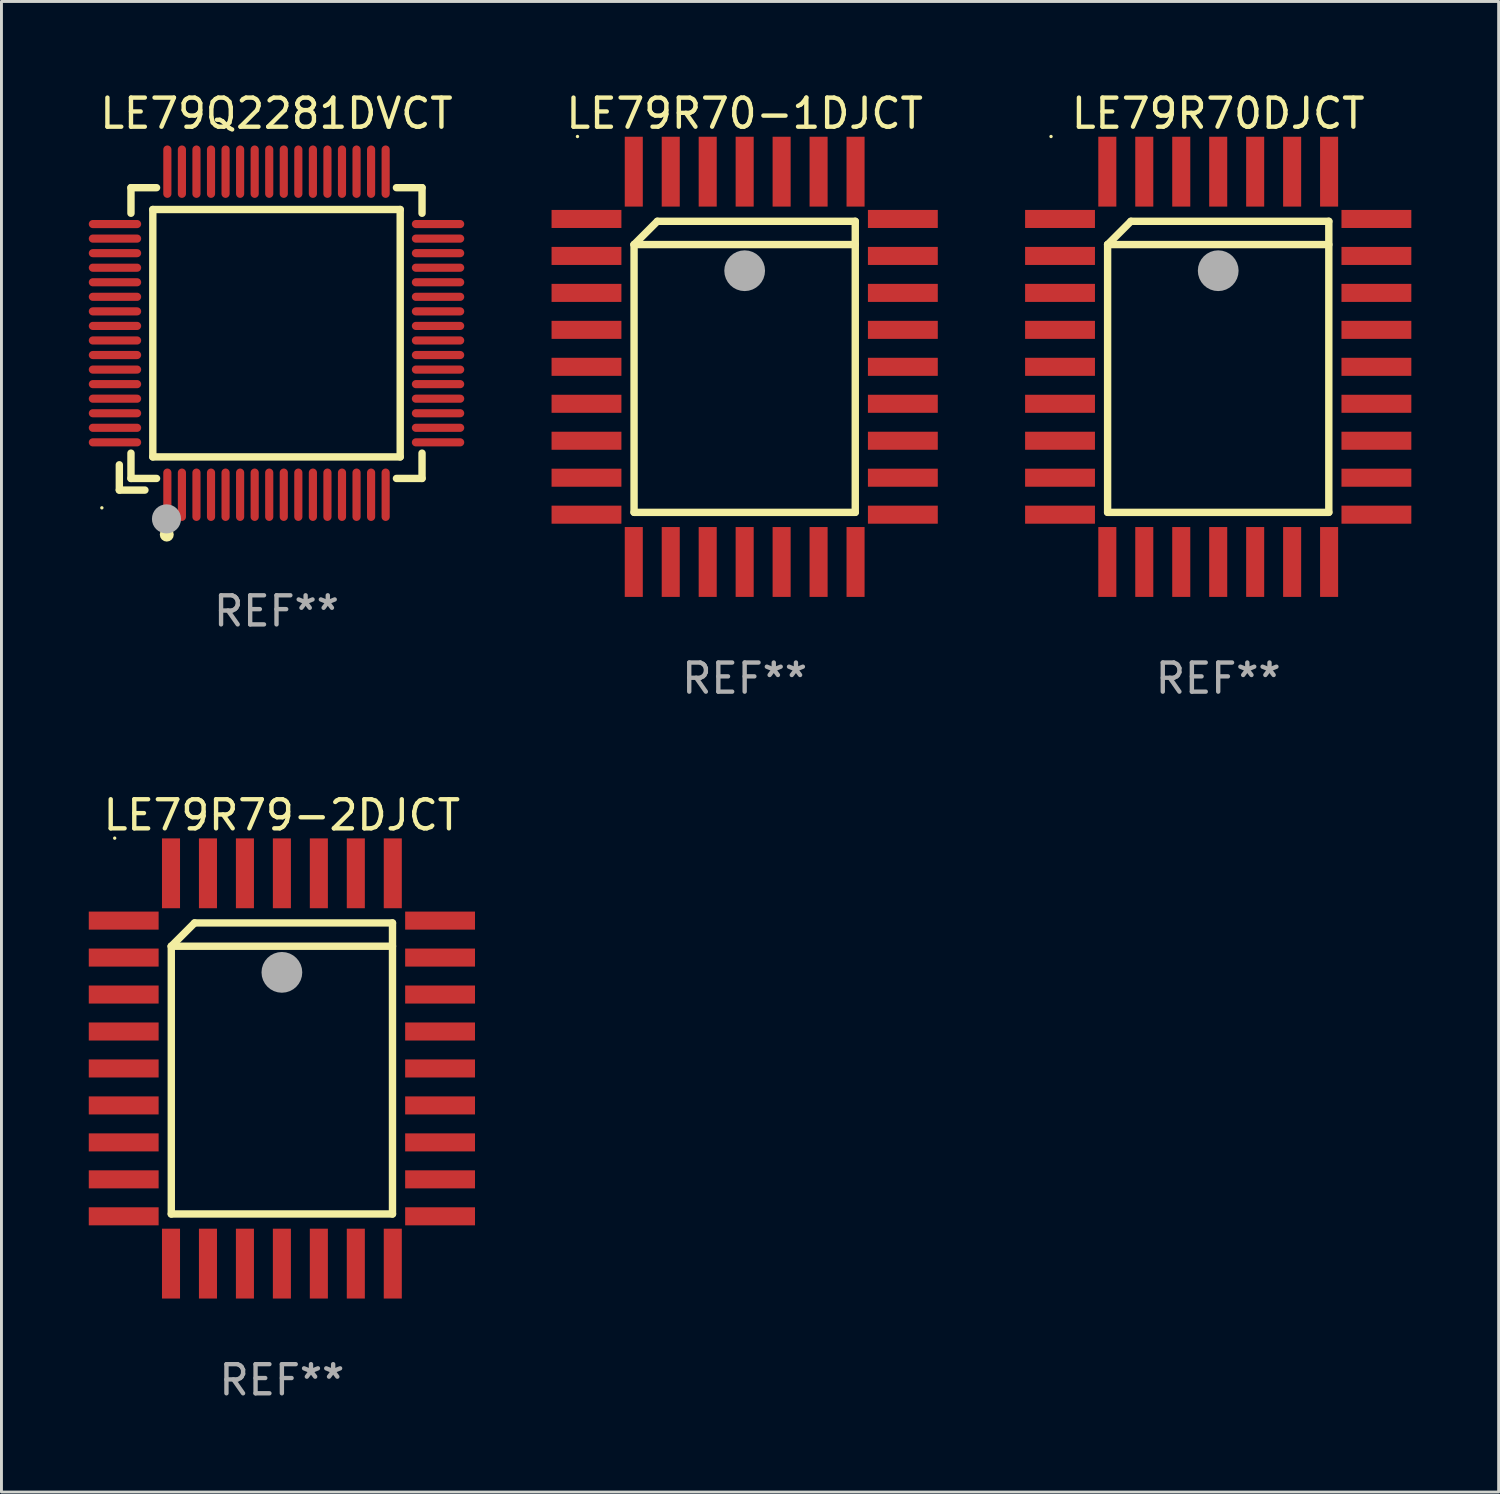
<source format=kicad_pcb>
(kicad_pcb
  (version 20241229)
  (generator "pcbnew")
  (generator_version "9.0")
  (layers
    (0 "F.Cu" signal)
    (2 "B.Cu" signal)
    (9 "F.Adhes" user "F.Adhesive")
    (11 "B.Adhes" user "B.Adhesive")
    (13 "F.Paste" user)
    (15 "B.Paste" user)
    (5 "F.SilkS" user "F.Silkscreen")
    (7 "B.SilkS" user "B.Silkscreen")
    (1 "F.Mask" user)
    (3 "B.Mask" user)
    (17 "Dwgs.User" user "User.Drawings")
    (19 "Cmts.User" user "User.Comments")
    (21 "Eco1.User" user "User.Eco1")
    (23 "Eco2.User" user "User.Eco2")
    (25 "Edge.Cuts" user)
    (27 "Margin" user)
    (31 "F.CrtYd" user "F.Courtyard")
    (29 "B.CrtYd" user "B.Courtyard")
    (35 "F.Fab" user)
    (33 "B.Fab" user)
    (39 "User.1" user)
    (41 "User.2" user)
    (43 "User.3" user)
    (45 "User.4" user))
  (footprint "LE79Q2281DVCT"
    (layer "F.Cu")
    (at 6.45 8.398)
    (property "Reference" "LE79Q2281DVCT" (at 0 -7.55 0) (layer "F.SilkS") (effects (font (size 1 1) (thickness 0.15))))
    (attr through_hole)
    (fp_line (start -5.4 4.521) (end -5.4 5.39) (stroke (width 0.254) (type solid)) (layer "F.SilkS"))
    (fp_line (start -5.4 5.39) (end -4.521 5.39) (stroke (width 0.254) (type solid)) (layer "F.SilkS"))
    (fp_line (start -5 -5) (end -5 -4.121) (stroke (width 0.254) (type solid)) (layer "F.SilkS"))
    (fp_line (start -5 4.121) (end -5 4.99) (stroke (width 0.254) (type solid)) (layer "F.SilkS"))
    (fp_line (start -5 4.99) (end -4.121 4.99) (stroke (width 0.254) (type solid)) (layer "F.SilkS"))
    (fp_line (start -4.25 -4.25) (end -4.25 4.25) (stroke (width 0.254) (type solid)) (layer "F.SilkS"))
    (fp_line (start -4.25 4.25) (end 4.25 4.25) (stroke (width 0.254) (type solid)) (layer "F.SilkS"))
    (fp_line (start -4.121 -5) (end -5 -5) (stroke (width 0.254) (type solid)) (layer "F.SilkS"))
    (fp_line (start 4.121 4.99) (end 5 4.99) (stroke (width 0.254) (type solid)) (layer "F.SilkS"))
    (fp_line (start 4.25 -4.25) (end -4.25 -4.25) (stroke (width 0.254) (type solid)) (layer "F.SilkS"))
    (fp_line (start 4.25 4.25) (end 4.25 -4.25) (stroke (width 0.254) (type solid)) (layer "F.SilkS"))
    (fp_line (start 5 -5) (end 4.121 -5) (stroke (width 0.254) (type solid)) (layer "F.SilkS"))
    (fp_line (start 5 -4.121) (end 5 -5) (stroke (width 0.254) (type solid)) (layer "F.SilkS"))
    (fp_line (start 5 4.99) (end 5 4.121) (stroke (width 0.254) (type solid)) (layer "F.SilkS"))
    (fp_circle (center -6 6) (end -5.97 6) (stroke (width 0.06) (type solid)) (fill no) (layer "F.SilkS"))
    (fp_circle (center -3.77 6.92) (end -3.65 6.92) (stroke (width 0.24) (type solid)) (fill no) (layer "F.SilkS"))
    (fp_circle (center -3.78 6.38) (end -3.53 6.38) (stroke (width 0.5) (type solid)) (fill no) (layer "F.Fab"))
    (fp_text user "REF**" (at 0 9.55 0) (layer "F.Fab") (effects (font (size 1 1) (thickness 0.15))))
    (pad "1" smd oval (at -3.75 5.55) (size 0.28 1.8) (layers "F.Cu" "F.Mask" "F.Paste"))
    (pad "2" smd oval (at -3.25 5.55) (size 0.28 1.8) (layers "F.Cu" "F.Mask" "F.Paste"))
    (pad "3" smd oval (at -2.75 5.55) (size 0.28 1.8) (layers "F.Cu" "F.Mask" "F.Paste"))
    (pad "4" smd oval (at -2.25 5.55) (size 0.28 1.8) (layers "F.Cu" "F.Mask" "F.Paste"))
    (pad "5" smd oval (at -1.75 5.55) (size 0.28 1.8) (layers "F.Cu" "F.Mask" "F.Paste"))
    (pad "6" smd oval (at -1.25 5.55) (size 0.28 1.8) (layers "F.Cu" "F.Mask" "F.Paste"))
    (pad "7" smd oval (at -0.75 5.55) (size 0.28 1.8) (layers "F.Cu" "F.Mask" "F.Paste"))
    (pad "8" smd oval (at -0.25 5.55) (size 0.28 1.8) (layers "F.Cu" "F.Mask" "F.Paste"))
    (pad "9" smd oval (at 0.25 5.55) (size 0.28 1.8) (layers "F.Cu" "F.Mask" "F.Paste"))
    (pad "10" smd oval (at 0.75 5.55) (size 0.28 1.8) (layers "F.Cu" "F.Mask" "F.Paste"))
    (pad "11" smd oval (at 1.25 5.55) (size 0.28 1.8) (layers "F.Cu" "F.Mask" "F.Paste"))
    (pad "12" smd oval (at 1.75 5.55) (size 0.28 1.8) (layers "F.Cu" "F.Mask" "F.Paste"))
    (pad "13" smd oval (at 2.25 5.55) (size 0.28 1.8) (layers "F.Cu" "F.Mask" "F.Paste"))
    (pad "14" smd oval (at 2.75 5.55) (size 0.28 1.8) (layers "F.Cu" "F.Mask" "F.Paste"))
    (pad "15" smd oval (at 3.25 5.55) (size 0.28 1.8) (layers "F.Cu" "F.Mask" "F.Paste"))
    (pad "16" smd oval (at 3.75 5.55) (size 0.28 1.8) (layers "F.Cu" "F.Mask" "F.Paste"))
    (pad "17" smd oval (at 5.55 3.75) (size 1.8 0.28) (layers "F.Cu" "F.Mask" "F.Paste"))
    (pad "18" smd oval (at 5.55 3.25) (size 1.8 0.28) (layers "F.Cu" "F.Mask" "F.Paste"))
    (pad "19" smd oval (at 5.55 2.75) (size 1.8 0.28) (layers "F.Cu" "F.Mask" "F.Paste"))
    (pad "20" smd oval (at 5.55 2.25) (size 1.8 0.28) (layers "F.Cu" "F.Mask" "F.Paste"))
    (pad "21" smd oval (at 5.55 1.75) (size 1.8 0.28) (layers "F.Cu" "F.Mask" "F.Paste"))
    (pad "22" smd oval (at 5.55 1.25) (size 1.8 0.28) (layers "F.Cu" "F.Mask" "F.Paste"))
    (pad "23" smd oval (at 5.55 0.75) (size 1.8 0.28) (layers "F.Cu" "F.Mask" "F.Paste"))
    (pad "24" smd oval (at 5.55 0.25) (size 1.8 0.28) (layers "F.Cu" "F.Mask" "F.Paste"))
    (pad "25" smd oval (at 5.55 -0.25) (size 1.8 0.28) (layers "F.Cu" "F.Mask" "F.Paste"))
    (pad "26" smd oval (at 5.55 -0.75) (size 1.8 0.28) (layers "F.Cu" "F.Mask" "F.Paste"))
    (pad "27" smd oval (at 5.55 -1.25) (size 1.8 0.28) (layers "F.Cu" "F.Mask" "F.Paste"))
    (pad "28" smd oval (at 5.55 -1.75) (size 1.8 0.28) (layers "F.Cu" "F.Mask" "F.Paste"))
    (pad "29" smd oval (at 5.55 -2.25) (size 1.8 0.28) (layers "F.Cu" "F.Mask" "F.Paste"))
    (pad "30" smd oval (at 5.55 -2.75) (size 1.8 0.28) (layers "F.Cu" "F.Mask" "F.Paste"))
    (pad "31" smd oval (at 5.55 -3.25) (size 1.8 0.28) (layers "F.Cu" "F.Mask" "F.Paste"))
    (pad "32" smd oval (at 5.55 -3.75) (size 1.8 0.28) (layers "F.Cu" "F.Mask" "F.Paste"))
    (pad "33" smd oval (at 3.75 -5.55) (size 0.28 1.8) (layers "F.Cu" "F.Mask" "F.Paste"))
    (pad "34" smd oval (at 3.25 -5.55) (size 0.28 1.8) (layers "F.Cu" "F.Mask" "F.Paste"))
    (pad "35" smd oval (at 2.75 -5.55) (size 0.28 1.8) (layers "F.Cu" "F.Mask" "F.Paste"))
    (pad "36" smd oval (at 2.25 -5.55) (size 0.28 1.8) (layers "F.Cu" "F.Mask" "F.Paste"))
    (pad "37" smd oval (at 1.75 -5.55) (size 0.28 1.8) (layers "F.Cu" "F.Mask" "F.Paste"))
    (pad "38" smd oval (at 1.25 -5.55) (size 0.28 1.8) (layers "F.Cu" "F.Mask" "F.Paste"))
    (pad "39" smd oval (at 0.75 -5.55) (size 0.28 1.8) (layers "F.Cu" "F.Mask" "F.Paste"))
    (pad "40" smd oval (at 0.25 -5.55) (size 0.28 1.8) (layers "F.Cu" "F.Mask" "F.Paste"))
    (pad "41" smd oval (at -0.25 -5.55) (size 0.28 1.8) (layers "F.Cu" "F.Mask" "F.Paste"))
    (pad "42" smd oval (at -0.75 -5.55) (size 0.28 1.8) (layers "F.Cu" "F.Mask" "F.Paste"))
    (pad "43" smd oval (at -1.25 -5.55) (size 0.28 1.8) (layers "F.Cu" "F.Mask" "F.Paste"))
    (pad "44" smd oval (at -1.75 -5.55) (size 0.28 1.8) (layers "F.Cu" "F.Mask" "F.Paste"))
    (pad "45" smd oval (at -2.25 -5.55) (size 0.28 1.8) (layers "F.Cu" "F.Mask" "F.Paste"))
    (pad "46" smd oval (at -2.75 -5.55) (size 0.28 1.8) (layers "F.Cu" "F.Mask" "F.Paste"))
    (pad "47" smd oval (at -3.25 -5.55) (size 0.28 1.8) (layers "F.Cu" "F.Mask" "F.Paste"))
    (pad "48" smd oval (at -3.75 -5.55) (size 0.28 1.8) (layers "F.Cu" "F.Mask" "F.Paste"))
    (pad "49" smd oval (at -5.55 -3.75) (size 1.8 0.28) (layers "F.Cu" "F.Mask" "F.Paste"))
    (pad "50" smd oval (at -5.55 -3.25) (size 1.8 0.28) (layers "F.Cu" "F.Mask" "F.Paste"))
    (pad "51" smd oval (at -5.55 -2.75) (size 1.8 0.28) (layers "F.Cu" "F.Mask" "F.Paste"))
    (pad "52" smd oval (at -5.55 -2.25) (size 1.8 0.28) (layers "F.Cu" "F.Mask" "F.Paste"))
    (pad "53" smd oval (at -5.55 -1.75) (size 1.8 0.28) (layers "F.Cu" "F.Mask" "F.Paste"))
    (pad "54" smd oval (at -5.55 -1.25) (size 1.8 0.28) (layers "F.Cu" "F.Mask" "F.Paste"))
    (pad "55" smd oval (at -5.55 -0.75) (size 1.8 0.28) (layers "F.Cu" "F.Mask" "F.Paste"))
    (pad "56" smd oval (at -5.55 -0.25) (size 1.8 0.28) (layers "F.Cu" "F.Mask" "F.Paste"))
    (pad "57" smd oval (at -5.55 0.25) (size 1.8 0.28) (layers "F.Cu" "F.Mask" "F.Paste"))
    (pad "58" smd oval (at -5.55 0.75) (size 1.8 0.28) (layers "F.Cu" "F.Mask" "F.Paste"))
    (pad "59" smd oval (at -5.55 1.25) (size 1.8 0.28) (layers "F.Cu" "F.Mask" "F.Paste"))
    (pad "60" smd oval (at -5.55 1.75) (size 1.8 0.28) (layers "F.Cu" "F.Mask" "F.Paste"))
    (pad "61" smd oval (at -5.55 2.25) (size 1.8 0.28) (layers "F.Cu" "F.Mask" "F.Paste"))
    (pad "62" smd oval (at -5.55 2.75) (size 1.8 0.28) (layers "F.Cu" "F.Mask" "F.Paste"))
    (pad "63" smd oval (at -5.55 3.25) (size 1.8 0.28) (layers "F.Cu" "F.Mask" "F.Paste"))
    (pad "64" smd oval (at -5.55 3.75) (size 1.8 0.28) (layers "F.Cu" "F.Mask" "F.Paste")))
  (footprint "LE79R70-1DJCT"
    (layer "F.Cu")
    (at 22.535 9.553)
    (property "Reference" "LE79R70-1DJCT" (at 0 -8.705 0) (layer "F.SilkS") (effects (font (size 1 1) (thickness 0.15))))
    (attr through_hole)
    (fp_line (start -3.8 -4.2) (end -3 -5) (stroke (width 0.254) (type solid)) (layer "F.SilkS"))
    (fp_line (start -3.8 -4.2) (end 3.8 -4.2) (stroke (width 0.254) (type solid)) (layer "F.SilkS"))
    (fp_line (start -3.8 5) (end -3.8 -4.2) (stroke (width 0.254) (type solid)) (layer "F.SilkS"))
    (fp_line (start -3 -5) (end 3.8 -5) (stroke (width 0.254) (type solid)) (layer "F.SilkS"))
    (fp_line (start 3.8 -5) (end 3.8 5) (stroke (width 0.254) (type solid)) (layer "F.SilkS"))
    (fp_line (start 3.8 5) (end -3.8 5) (stroke (width 0.254) (type solid)) (layer "F.SilkS"))
    (fp_arc (start 0.299721 -3.294387) (mid 0.29971 -3.296927) (end 0.299721 -3.299467) (stroke (width 0.6) (type solid)) (layer "F.SilkS"))
    (fp_circle (center -5.744 -7.913) (end -5.714 -7.913) (stroke (width 0.06) (type solid)) (fill no) (layer "F.SilkS"))
    (fp_circle (center 0 -3.302) (end 0.35 -3.302) (stroke (width 0.7) (type solid)) (fill no) (layer "F.Fab"))
    (fp_text user "REF**" (at 0 10.705 0) (layer "F.Fab") (effects (font (size 1 1) (thickness 0.15))))
    (pad "1" smd rect (at 0 -6.705 180) (size 0.62 2.4) (layers "F.Cu" "F.Mask" "F.Paste"))
    (pad "2" smd rect (at -1.27 -6.705 180) (size 0.62 2.4) (layers "F.Cu" "F.Mask" "F.Paste"))
    (pad "3" smd rect (at -2.54 -6.705 180) (size 0.62 2.4) (layers "F.Cu" "F.Mask" "F.Paste"))
    (pad "4" smd rect (at -3.81 -6.705 180) (size 0.62 2.4) (layers "F.Cu" "F.Mask" "F.Paste"))
    (pad "5" smd rect (at -5.435 -5.08 270) (size 0.62 2.4) (layers "F.Cu" "F.Mask" "F.Paste"))
    (pad "6" smd rect (at -5.435 -3.81 270) (size 0.62 2.4) (layers "F.Cu" "F.Mask" "F.Paste"))
    (pad "7" smd rect (at -5.435 -2.54 270) (size 0.62 2.4) (layers "F.Cu" "F.Mask" "F.Paste"))
    (pad "8" smd rect (at -5.435 -1.27 270) (size 0.62 2.4) (layers "F.Cu" "F.Mask" "F.Paste"))
    (pad "9" smd rect (at -5.435 0 270) (size 0.62 2.4) (layers "F.Cu" "F.Mask" "F.Paste"))
    (pad "10" smd rect (at -5.435 1.27 270) (size 0.62 2.4) (layers "F.Cu" "F.Mask" "F.Paste"))
    (pad "11" smd rect (at -5.435 2.54 270) (size 0.62 2.4) (layers "F.Cu" "F.Mask" "F.Paste"))
    (pad "12" smd rect (at -5.435 3.81 270) (size 0.62 2.4) (layers "F.Cu" "F.Mask" "F.Paste"))
    (pad "13" smd rect (at -5.435 5.08 270) (size 0.62 2.4) (layers "F.Cu" "F.Mask" "F.Paste"))
    (pad "14" smd rect (at -3.81 6.705) (size 0.62 2.4) (layers "F.Cu" "F.Mask" "F.Paste"))
    (pad "15" smd rect (at -2.54 6.705) (size 0.62 2.4) (layers "F.Cu" "F.Mask" "F.Paste"))
    (pad "16" smd rect (at -1.27 6.705) (size 0.62 2.4) (layers "F.Cu" "F.Mask" "F.Paste"))
    (pad "17" smd rect (at 0 6.705) (size 0.62 2.4) (layers "F.Cu" "F.Mask" "F.Paste"))
    (pad "18" smd rect (at 1.27 6.705) (size 0.62 2.4) (layers "F.Cu" "F.Mask" "F.Paste"))
    (pad "19" smd rect (at 2.54 6.705) (size 0.62 2.4) (layers "F.Cu" "F.Mask" "F.Paste"))
    (pad "20" smd rect (at 3.81 6.705) (size 0.62 2.4) (layers "F.Cu" "F.Mask" "F.Paste"))
    (pad "21" smd rect (at 5.435 5.08 90) (size 0.62 2.4) (layers "F.Cu" "F.Mask" "F.Paste"))
    (pad "22" smd rect (at 5.435 3.81 90) (size 0.62 2.4) (layers "F.Cu" "F.Mask" "F.Paste"))
    (pad "23" smd rect (at 5.435 2.54 90) (size 0.62 2.4) (layers "F.Cu" "F.Mask" "F.Paste"))
    (pad "24" smd rect (at 5.435 1.27 90) (size 0.62 2.4) (layers "F.Cu" "F.Mask" "F.Paste"))
    (pad "25" smd rect (at 5.435 0 90) (size 0.62 2.4) (layers "F.Cu" "F.Mask" "F.Paste"))
    (pad "26" smd rect (at 5.435 -1.27 90) (size 0.62 2.4) (layers "F.Cu" "F.Mask" "F.Paste"))
    (pad "27" smd rect (at 5.435 -2.54 90) (size 0.62 2.4) (layers "F.Cu" "F.Mask" "F.Paste"))
    (pad "28" smd rect (at 5.435 -3.81 90) (size 0.62 2.4) (layers "F.Cu" "F.Mask" "F.Paste"))
    (pad "29" smd rect (at 5.435 -5.08 90) (size 0.62 2.4) (layers "F.Cu" "F.Mask" "F.Paste"))
    (pad "30" smd rect (at 3.81 -6.705) (size 0.62 2.4) (layers "F.Cu" "F.Mask" "F.Paste"))
    (pad "31" smd rect (at 2.54 -6.705) (size 0.62 2.4) (layers "F.Cu" "F.Mask" "F.Paste"))
    (pad "32" smd rect (at 1.27 -6.705) (size 0.62 2.4) (layers "F.Cu" "F.Mask" "F.Paste")))
  (footprint "LE79R79-2DJCT"
    (layer "F.Cu")
    (at 6.635 33.66)
    (property "Reference" "LE79R79-2DJCT" (at 0 -8.705 0) (layer "F.SilkS") (effects (font (size 1 1) (thickness 0.15))))
    (attr through_hole)
    (fp_line (start -3.8 -4.2) (end -3 -5) (stroke (width 0.254) (type solid)) (layer "F.SilkS"))
    (fp_line (start -3.8 -4.2) (end 3.8 -4.2) (stroke (width 0.254) (type solid)) (layer "F.SilkS"))
    (fp_line (start -3.8 5) (end -3.8 -4.2) (stroke (width 0.254) (type solid)) (layer "F.SilkS"))
    (fp_line (start -3 -5) (end 3.8 -5) (stroke (width 0.254) (type solid)) (layer "F.SilkS"))
    (fp_line (start 3.8 -5) (end 3.8 5) (stroke (width 0.254) (type solid)) (layer "F.SilkS"))
    (fp_line (start 3.8 5) (end -3.8 5) (stroke (width 0.254) (type solid)) (layer "F.SilkS"))
    (fp_arc (start 0.299721 -3.294387) (mid 0.29971 -3.296927) (end 0.299721 -3.299467) (stroke (width 0.6) (type solid)) (layer "F.SilkS"))
    (fp_circle (center -5.744 -7.913) (end -5.714 -7.913) (stroke (width 0.06) (type solid)) (fill no) (layer "F.SilkS"))
    (fp_circle (center 0 -3.302) (end 0.35 -3.302) (stroke (width 0.7) (type solid)) (fill no) (layer "F.Fab"))
    (fp_text user "REF**" (at 0 10.705 0) (layer "F.Fab") (effects (font (size 1 1) (thickness 0.15))))
    (pad "1" smd rect (at 0 -6.705 180) (size 0.62 2.4) (layers "F.Cu" "F.Mask" "F.Paste"))
    (pad "2" smd rect (at -1.27 -6.705 180) (size 0.62 2.4) (layers "F.Cu" "F.Mask" "F.Paste"))
    (pad "3" smd rect (at -2.54 -6.705 180) (size 0.62 2.4) (layers "F.Cu" "F.Mask" "F.Paste"))
    (pad "4" smd rect (at -3.81 -6.705 180) (size 0.62 2.4) (layers "F.Cu" "F.Mask" "F.Paste"))
    (pad "5" smd rect (at -5.435 -5.08 270) (size 0.62 2.4) (layers "F.Cu" "F.Mask" "F.Paste"))
    (pad "6" smd rect (at -5.435 -3.81 270) (size 0.62 2.4) (layers "F.Cu" "F.Mask" "F.Paste"))
    (pad "7" smd rect (at -5.435 -2.54 270) (size 0.62 2.4) (layers "F.Cu" "F.Mask" "F.Paste"))
    (pad "8" smd rect (at -5.435 -1.27 270) (size 0.62 2.4) (layers "F.Cu" "F.Mask" "F.Paste"))
    (pad "9" smd rect (at -5.435 0 270) (size 0.62 2.4) (layers "F.Cu" "F.Mask" "F.Paste"))
    (pad "10" smd rect (at -5.435 1.27 270) (size 0.62 2.4) (layers "F.Cu" "F.Mask" "F.Paste"))
    (pad "11" smd rect (at -5.435 2.54 270) (size 0.62 2.4) (layers "F.Cu" "F.Mask" "F.Paste"))
    (pad "12" smd rect (at -5.435 3.81 270) (size 0.62 2.4) (layers "F.Cu" "F.Mask" "F.Paste"))
    (pad "13" smd rect (at -5.435 5.08 270) (size 0.62 2.4) (layers "F.Cu" "F.Mask" "F.Paste"))
    (pad "14" smd rect (at -3.81 6.705) (size 0.62 2.4) (layers "F.Cu" "F.Mask" "F.Paste"))
    (pad "15" smd rect (at -2.54 6.705) (size 0.62 2.4) (layers "F.Cu" "F.Mask" "F.Paste"))
    (pad "16" smd rect (at -1.27 6.705) (size 0.62 2.4) (layers "F.Cu" "F.Mask" "F.Paste"))
    (pad "17" smd rect (at 0 6.705) (size 0.62 2.4) (layers "F.Cu" "F.Mask" "F.Paste"))
    (pad "18" smd rect (at 1.27 6.705) (size 0.62 2.4) (layers "F.Cu" "F.Mask" "F.Paste"))
    (pad "19" smd rect (at 2.54 6.705) (size 0.62 2.4) (layers "F.Cu" "F.Mask" "F.Paste"))
    (pad "20" smd rect (at 3.81 6.705) (size 0.62 2.4) (layers "F.Cu" "F.Mask" "F.Paste"))
    (pad "21" smd rect (at 5.435 5.08 90) (size 0.62 2.4) (layers "F.Cu" "F.Mask" "F.Paste"))
    (pad "22" smd rect (at 5.435 3.81 90) (size 0.62 2.4) (layers "F.Cu" "F.Mask" "F.Paste"))
    (pad "23" smd rect (at 5.435 2.54 90) (size 0.62 2.4) (layers "F.Cu" "F.Mask" "F.Paste"))
    (pad "24" smd rect (at 5.435 1.27 90) (size 0.62 2.4) (layers "F.Cu" "F.Mask" "F.Paste"))
    (pad "25" smd rect (at 5.435 0 90) (size 0.62 2.4) (layers "F.Cu" "F.Mask" "F.Paste"))
    (pad "26" smd rect (at 5.435 -1.27 90) (size 0.62 2.4) (layers "F.Cu" "F.Mask" "F.Paste"))
    (pad "27" smd rect (at 5.435 -2.54 90) (size 0.62 2.4) (layers "F.Cu" "F.Mask" "F.Paste"))
    (pad "28" smd rect (at 5.435 -3.81 90) (size 0.62 2.4) (layers "F.Cu" "F.Mask" "F.Paste"))
    (pad "29" smd rect (at 5.435 -5.08 90) (size 0.62 2.4) (layers "F.Cu" "F.Mask" "F.Paste"))
    (pad "30" smd rect (at 3.81 -6.705) (size 0.62 2.4) (layers "F.Cu" "F.Mask" "F.Paste"))
    (pad "31" smd rect (at 2.54 -6.705) (size 0.62 2.4) (layers "F.Cu" "F.Mask" "F.Paste"))
    (pad "32" smd rect (at 1.27 -6.705) (size 0.62 2.4) (layers "F.Cu" "F.Mask" "F.Paste")))
  (footprint "LE79R70DJCT"
    (layer "F.Cu")
    (at 38.805 9.553)
    (property "Reference" "LE79R70DJCT" (at 0 -8.705 0) (layer "F.SilkS") (effects (font (size 1 1) (thickness 0.15))))
    (attr through_hole)
    (fp_line (start -3.8 -4.2) (end -3 -5) (stroke (width 0.254) (type solid)) (layer "F.SilkS"))
    (fp_line (start -3.8 -4.2) (end 3.8 -4.2) (stroke (width 0.254) (type solid)) (layer "F.SilkS"))
    (fp_line (start -3.8 5) (end -3.8 -4.2) (stroke (width 0.254) (type solid)) (layer "F.SilkS"))
    (fp_line (start -3 -5) (end 3.8 -5) (stroke (width 0.254) (type solid)) (layer "F.SilkS"))
    (fp_line (start 3.8 -5) (end 3.8 5) (stroke (width 0.254) (type solid)) (layer "F.SilkS"))
    (fp_line (start 3.8 5) (end -3.8 5) (stroke (width 0.254) (type solid)) (layer "F.SilkS"))
    (fp_arc (start 0.299721 -3.294387) (mid 0.29971 -3.296927) (end 0.299721 -3.299467) (stroke (width 0.6) (type solid)) (layer "F.SilkS"))
    (fp_circle (center -5.744 -7.913) (end -5.714 -7.913) (stroke (width 0.06) (type solid)) (fill no) (layer "F.SilkS"))
    (fp_circle (center 0 -3.302) (end 0.35 -3.302) (stroke (width 0.7) (type solid)) (fill no) (layer "F.Fab"))
    (fp_text user "REF**" (at 0 10.705 0) (layer "F.Fab") (effects (font (size 1 1) (thickness 0.15))))
    (pad "1" smd rect (at 0 -6.705 180) (size 0.62 2.4) (layers "F.Cu" "F.Mask" "F.Paste"))
    (pad "2" smd rect (at -1.27 -6.705 180) (size 0.62 2.4) (layers "F.Cu" "F.Mask" "F.Paste"))
    (pad "3" smd rect (at -2.54 -6.705 180) (size 0.62 2.4) (layers "F.Cu" "F.Mask" "F.Paste"))
    (pad "4" smd rect (at -3.81 -6.705 180) (size 0.62 2.4) (layers "F.Cu" "F.Mask" "F.Paste"))
    (pad "5" smd rect (at -5.435 -5.08 270) (size 0.62 2.4) (layers "F.Cu" "F.Mask" "F.Paste"))
    (pad "6" smd rect (at -5.435 -3.81 270) (size 0.62 2.4) (layers "F.Cu" "F.Mask" "F.Paste"))
    (pad "7" smd rect (at -5.435 -2.54 270) (size 0.62 2.4) (layers "F.Cu" "F.Mask" "F.Paste"))
    (pad "8" smd rect (at -5.435 -1.27 270) (size 0.62 2.4) (layers "F.Cu" "F.Mask" "F.Paste"))
    (pad "9" smd rect (at -5.435 0 270) (size 0.62 2.4) (layers "F.Cu" "F.Mask" "F.Paste"))
    (pad "10" smd rect (at -5.435 1.27 270) (size 0.62 2.4) (layers "F.Cu" "F.Mask" "F.Paste"))
    (pad "11" smd rect (at -5.435 2.54 270) (size 0.62 2.4) (layers "F.Cu" "F.Mask" "F.Paste"))
    (pad "12" smd rect (at -5.435 3.81 270) (size 0.62 2.4) (layers "F.Cu" "F.Mask" "F.Paste"))
    (pad "13" smd rect (at -5.435 5.08 270) (size 0.62 2.4) (layers "F.Cu" "F.Mask" "F.Paste"))
    (pad "14" smd rect (at -3.81 6.705) (size 0.62 2.4) (layers "F.Cu" "F.Mask" "F.Paste"))
    (pad "15" smd rect (at -2.54 6.705) (size 0.62 2.4) (layers "F.Cu" "F.Mask" "F.Paste"))
    (pad "16" smd rect (at -1.27 6.705) (size 0.62 2.4) (layers "F.Cu" "F.Mask" "F.Paste"))
    (pad "17" smd rect (at 0 6.705) (size 0.62 2.4) (layers "F.Cu" "F.Mask" "F.Paste"))
    (pad "18" smd rect (at 1.27 6.705) (size 0.62 2.4) (layers "F.Cu" "F.Mask" "F.Paste"))
    (pad "19" smd rect (at 2.54 6.705) (size 0.62 2.4) (layers "F.Cu" "F.Mask" "F.Paste"))
    (pad "20" smd rect (at 3.81 6.705) (size 0.62 2.4) (layers "F.Cu" "F.Mask" "F.Paste"))
    (pad "21" smd rect (at 5.435 5.08 90) (size 0.62 2.4) (layers "F.Cu" "F.Mask" "F.Paste"))
    (pad "22" smd rect (at 5.435 3.81 90) (size 0.62 2.4) (layers "F.Cu" "F.Mask" "F.Paste"))
    (pad "23" smd rect (at 5.435 2.54 90) (size 0.62 2.4) (layers "F.Cu" "F.Mask" "F.Paste"))
    (pad "24" smd rect (at 5.435 1.27 90) (size 0.62 2.4) (layers "F.Cu" "F.Mask" "F.Paste"))
    (pad "25" smd rect (at 5.435 0 90) (size 0.62 2.4) (layers "F.Cu" "F.Mask" "F.Paste"))
    (pad "26" smd rect (at 5.435 -1.27 90) (size 0.62 2.4) (layers "F.Cu" "F.Mask" "F.Paste"))
    (pad "27" smd rect (at 5.435 -2.54 90) (size 0.62 2.4) (layers "F.Cu" "F.Mask" "F.Paste"))
    (pad "28" smd rect (at 5.435 -3.81 90) (size 0.62 2.4) (layers "F.Cu" "F.Mask" "F.Paste"))
    (pad "29" smd rect (at 5.435 -5.08 90) (size 0.62 2.4) (layers "F.Cu" "F.Mask" "F.Paste"))
    (pad "30" smd rect (at 3.81 -6.705) (size 0.62 2.4) (layers "F.Cu" "F.Mask" "F.Paste"))
    (pad "31" smd rect (at 2.54 -6.705) (size 0.62 2.4) (layers "F.Cu" "F.Mask" "F.Paste"))
    (pad "32" smd rect (at 1.27 -6.705) (size 0.62 2.4) (layers "F.Cu" "F.Mask" "F.Paste")))
  (gr_rect
    (start -3 -3)
    (end 48.44 48.213)
    (stroke (width 0.1) (type default))
    (fill no)
    (layer "Edge.Cuts")))
</source>
